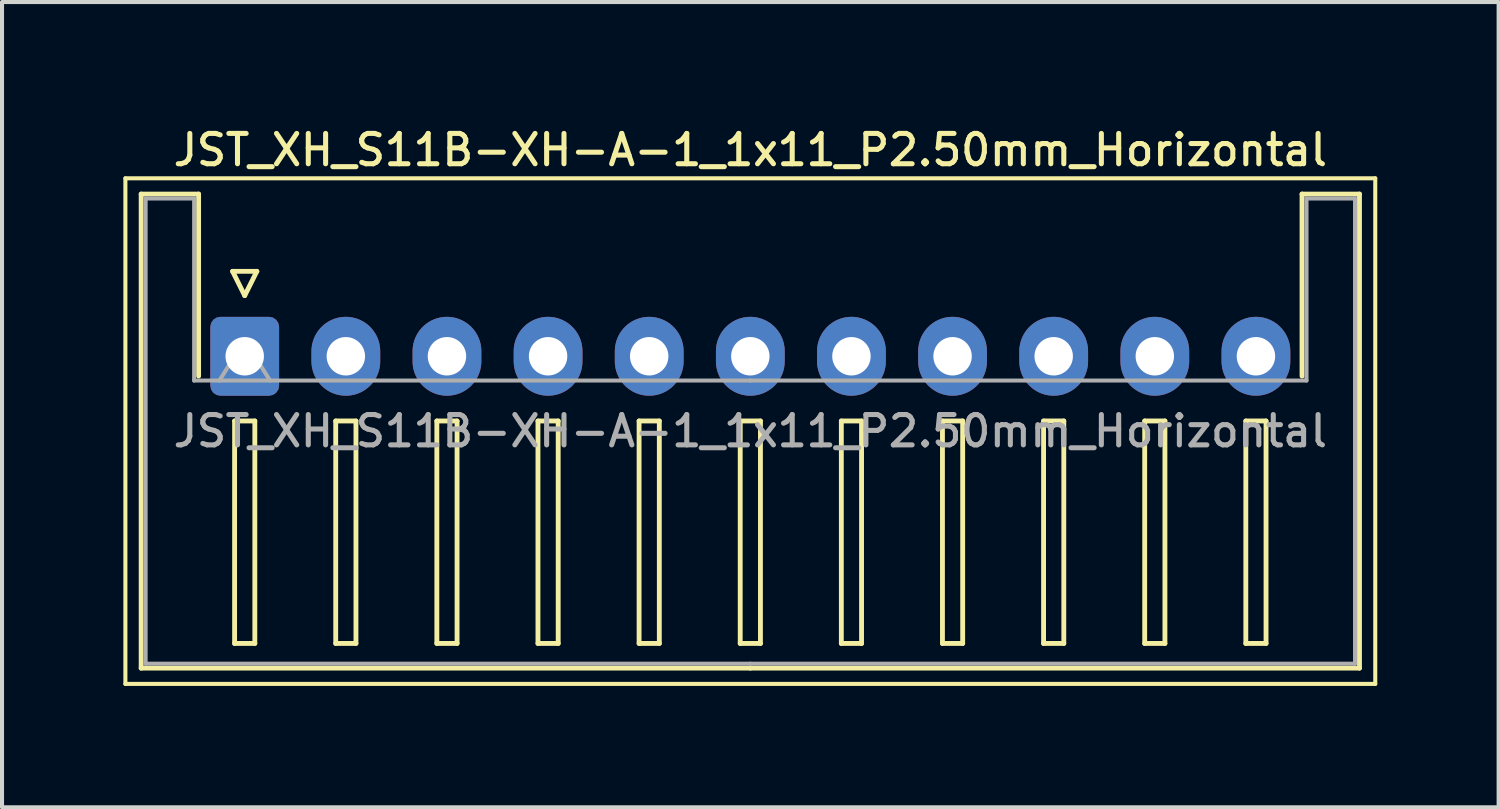
<source format=kicad_pcb>
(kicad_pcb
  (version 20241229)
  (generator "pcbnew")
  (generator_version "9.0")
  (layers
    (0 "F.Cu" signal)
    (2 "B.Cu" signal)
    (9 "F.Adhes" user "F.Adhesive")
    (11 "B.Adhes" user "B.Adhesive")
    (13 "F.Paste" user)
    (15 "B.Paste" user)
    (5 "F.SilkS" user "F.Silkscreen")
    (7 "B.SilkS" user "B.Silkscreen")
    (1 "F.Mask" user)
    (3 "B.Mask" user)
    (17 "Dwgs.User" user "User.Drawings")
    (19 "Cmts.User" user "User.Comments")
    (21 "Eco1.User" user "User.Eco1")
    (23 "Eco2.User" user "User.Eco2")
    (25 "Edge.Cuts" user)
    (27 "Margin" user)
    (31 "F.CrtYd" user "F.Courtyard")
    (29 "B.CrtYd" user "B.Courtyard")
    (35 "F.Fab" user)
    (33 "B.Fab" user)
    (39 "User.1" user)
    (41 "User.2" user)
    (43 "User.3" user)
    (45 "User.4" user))
  (footprint "JST_XH_S11B-XH-A-1_1x11_P2.50mm_Horizontal"
    (layer "F.Cu")
    (at 3 5.758)
    (property "Reference" "JST_XH_S11B-XH-A-1_1x11_P2.50mm_Horizontal" (at 12.5 -5.1 0) (layer "F.SilkS") (effects (font (size 0.75 0.75) (thickness 0.125))))
    (attr through_hole)
    (fp_line (start -2.95 -4.4) (end -2.95 8.1) (stroke (width 0.1) (type solid)) (layer "F.SilkS"))
    (fp_line (start -2.95 8.1) (end 27.95 8.1) (stroke (width 0.1) (type solid)) (layer "F.SilkS"))
    (fp_line (start -2.56 -4.01) (end -1.14 -4.01) (stroke (width 0.12) (type solid)) (layer "F.SilkS"))
    (fp_line (start -2.56 7.71) (end -2.56 -4.01) (stroke (width 0.12) (type solid)) (layer "F.SilkS"))
    (fp_line (start -1.14 -4.01) (end -1.14 0.49) (stroke (width 0.12) (type solid)) (layer "F.SilkS"))
    (fp_line (start -0.3 -2.1) (end 0.3 -2.1) (stroke (width 0.12) (type solid)) (layer "F.SilkS"))
    (fp_line (start -0.25 1.6) (end -0.25 7.1) (stroke (width 0.12) (type solid)) (layer "F.SilkS"))
    (fp_line (start -0.25 7.1) (end 0.25 7.1) (stroke (width 0.12) (type solid)) (layer "F.SilkS"))
    (fp_line (start 0 -1.5) (end -0.3 -2.1) (stroke (width 0.12) (type solid)) (layer "F.SilkS"))
    (fp_line (start 0.25 1.6) (end -0.25 1.6) (stroke (width 0.12) (type solid)) (layer "F.SilkS"))
    (fp_line (start 0.25 7.1) (end 0.25 1.6) (stroke (width 0.12) (type solid)) (layer "F.SilkS"))
    (fp_line (start 0.3 -2.1) (end 0 -1.5) (stroke (width 0.12) (type solid)) (layer "F.SilkS"))
    (fp_line (start 2.25 1.6) (end 2.25 7.1) (stroke (width 0.12) (type solid)) (layer "F.SilkS"))
    (fp_line (start 2.25 7.1) (end 2.75 7.1) (stroke (width 0.12) (type solid)) (layer "F.SilkS"))
    (fp_line (start 2.75 1.6) (end 2.25 1.6) (stroke (width 0.12) (type solid)) (layer "F.SilkS"))
    (fp_line (start 2.75 7.1) (end 2.75 1.6) (stroke (width 0.12) (type solid)) (layer "F.SilkS"))
    (fp_line (start 4.75 1.6) (end 4.75 7.1) (stroke (width 0.12) (type solid)) (layer "F.SilkS"))
    (fp_line (start 4.75 7.1) (end 5.25 7.1) (stroke (width 0.12) (type solid)) (layer "F.SilkS"))
    (fp_line (start 5.25 1.6) (end 4.75 1.6) (stroke (width 0.12) (type solid)) (layer "F.SilkS"))
    (fp_line (start 5.25 7.1) (end 5.25 1.6) (stroke (width 0.12) (type solid)) (layer "F.SilkS"))
    (fp_line (start 7.25 1.6) (end 7.25 7.1) (stroke (width 0.12) (type solid)) (layer "F.SilkS"))
    (fp_line (start 7.25 7.1) (end 7.75 7.1) (stroke (width 0.12) (type solid)) (layer "F.SilkS"))
    (fp_line (start 7.75 1.6) (end 7.25 1.6) (stroke (width 0.12) (type solid)) (layer "F.SilkS"))
    (fp_line (start 7.75 7.1) (end 7.75 1.6) (stroke (width 0.12) (type solid)) (layer "F.SilkS"))
    (fp_line (start 9.75 1.6) (end 9.75 7.1) (stroke (width 0.12) (type solid)) (layer "F.SilkS"))
    (fp_line (start 9.75 7.1) (end 10.25 7.1) (stroke (width 0.12) (type solid)) (layer "F.SilkS"))
    (fp_line (start 10.25 1.6) (end 9.75 1.6) (stroke (width 0.12) (type solid)) (layer "F.SilkS"))
    (fp_line (start 10.25 7.1) (end 10.25 1.6) (stroke (width 0.12) (type solid)) (layer "F.SilkS"))
    (fp_line (start 12.25 1.6) (end 12.25 7.1) (stroke (width 0.12) (type solid)) (layer "F.SilkS"))
    (fp_line (start 12.25 7.1) (end 12.75 7.1) (stroke (width 0.12) (type solid)) (layer "F.SilkS"))
    (fp_line (start 12.5 7.71) (end -2.56 7.71) (stroke (width 0.12) (type solid)) (layer "F.SilkS"))
    (fp_line (start 12.5 7.71) (end 27.56 7.71) (stroke (width 0.12) (type solid)) (layer "F.SilkS"))
    (fp_line (start 12.75 1.6) (end 12.25 1.6) (stroke (width 0.12) (type solid)) (layer "F.SilkS"))
    (fp_line (start 12.75 7.1) (end 12.75 1.6) (stroke (width 0.12) (type solid)) (layer "F.SilkS"))
    (fp_line (start 14.75 1.6) (end 14.75 7.1) (stroke (width 0.12) (type solid)) (layer "F.SilkS"))
    (fp_line (start 14.75 7.1) (end 15.25 7.1) (stroke (width 0.12) (type solid)) (layer "F.SilkS"))
    (fp_line (start 15.25 1.6) (end 14.75 1.6) (stroke (width 0.12) (type solid)) (layer "F.SilkS"))
    (fp_line (start 15.25 7.1) (end 15.25 1.6) (stroke (width 0.12) (type solid)) (layer "F.SilkS"))
    (fp_line (start 17.25 1.6) (end 17.25 7.1) (stroke (width 0.12) (type solid)) (layer "F.SilkS"))
    (fp_line (start 17.25 7.1) (end 17.75 7.1) (stroke (width 0.12) (type solid)) (layer "F.SilkS"))
    (fp_line (start 17.75 1.6) (end 17.25 1.6) (stroke (width 0.12) (type solid)) (layer "F.SilkS"))
    (fp_line (start 17.75 7.1) (end 17.75 1.6) (stroke (width 0.12) (type solid)) (layer "F.SilkS"))
    (fp_line (start 19.75 1.6) (end 19.75 7.1) (stroke (width 0.12) (type solid)) (layer "F.SilkS"))
    (fp_line (start 19.75 7.1) (end 20.25 7.1) (stroke (width 0.12) (type solid)) (layer "F.SilkS"))
    (fp_line (start 20.25 1.6) (end 19.75 1.6) (stroke (width 0.12) (type solid)) (layer "F.SilkS"))
    (fp_line (start 20.25 7.1) (end 20.25 1.6) (stroke (width 0.12) (type solid)) (layer "F.SilkS"))
    (fp_line (start 22.25 1.6) (end 22.25 7.1) (stroke (width 0.12) (type solid)) (layer "F.SilkS"))
    (fp_line (start 22.25 7.1) (end 22.75 7.1) (stroke (width 0.12) (type solid)) (layer "F.SilkS"))
    (fp_line (start 22.75 1.6) (end 22.25 1.6) (stroke (width 0.12) (type solid)) (layer "F.SilkS"))
    (fp_line (start 22.75 7.1) (end 22.75 1.6) (stroke (width 0.12) (type solid)) (layer "F.SilkS"))
    (fp_line (start 24.75 1.6) (end 24.75 7.1) (stroke (width 0.12) (type solid)) (layer "F.SilkS"))
    (fp_line (start 24.75 7.1) (end 25.25 7.1) (stroke (width 0.12) (type solid)) (layer "F.SilkS"))
    (fp_line (start 25.25 1.6) (end 24.75 1.6) (stroke (width 0.12) (type solid)) (layer "F.SilkS"))
    (fp_line (start 25.25 7.1) (end 25.25 1.6) (stroke (width 0.12) (type solid)) (layer "F.SilkS"))
    (fp_line (start 26.14 -4.01) (end 26.14 0.49) (stroke (width 0.12) (type solid)) (layer "F.SilkS"))
    (fp_line (start 27.56 -4.01) (end 26.14 -4.01) (stroke (width 0.12) (type solid)) (layer "F.SilkS"))
    (fp_line (start 27.56 7.71) (end 27.56 -4.01) (stroke (width 0.12) (type solid)) (layer "F.SilkS"))
    (fp_line (start 27.95 -4.4) (end -2.95 -4.4) (stroke (width 0.1) (type solid)) (layer "F.SilkS"))
    (fp_line (start 27.95 8.1) (end 27.95 -4.4) (stroke (width 0.1) (type solid)) (layer "F.SilkS"))
    (fp_line (start -2.45 -3.9) (end -1.25 -3.9) (stroke (width 0.1) (type solid)) (layer "F.Fab"))
    (fp_line (start -2.45 7.6) (end -2.45 -3.9) (stroke (width 0.1) (type solid)) (layer "F.Fab"))
    (fp_line (start -1.25 -3.9) (end -1.25 0.6) (stroke (width 0.1) (type solid)) (layer "F.Fab"))
    (fp_line (start -1.25 0.6) (end 12.5 0.6) (stroke (width 0.1) (type solid)) (layer "F.Fab"))
    (fp_line (start -0.625 0.6) (end 0 -0.4) (stroke (width 0.1) (type solid)) (layer "F.Fab"))
    (fp_line (start 0 -0.4) (end 0.625 0.6) (stroke (width 0.1) (type solid)) (layer "F.Fab"))
    (fp_line (start 12.5 7.6) (end -2.45 7.6) (stroke (width 0.1) (type solid)) (layer "F.Fab"))
    (fp_line (start 12.5 7.6) (end 27.45 7.6) (stroke (width 0.1) (type solid)) (layer "F.Fab"))
    (fp_line (start 26.25 -3.9) (end 26.25 0.6) (stroke (width 0.1) (type solid)) (layer "F.Fab"))
    (fp_line (start 26.25 0.6) (end 12.5 0.6) (stroke (width 0.1) (type solid)) (layer "F.Fab"))
    (fp_line (start 27.45 -3.9) (end 26.25 -3.9) (stroke (width 0.1) (type solid)) (layer "F.Fab"))
    (fp_line (start 27.45 7.6) (end 27.45 -3.9) (stroke (width 0.1) (type solid)) (layer "F.Fab"))
    (fp_text user "${REFERENCE}" (at 12.5 1.85 0) (layer "F.Fab") (effects (font (size 0.75 0.75) (thickness 0.125))))
    (pad "1" thru_hole roundrect (at 0 0) (size 1.7 1.95) (drill 0.95) (layers "*.Cu" "*.Mask") (roundrect_rratio 0.147))
    (pad "2" thru_hole oval (at 2.5 0) (size 1.7 1.95) (drill 0.95) (layers "*.Cu" "*.Mask"))
    (pad "3" thru_hole oval (at 5 0) (size 1.7 1.95) (drill 0.95) (layers "*.Cu" "*.Mask"))
    (pad "4" thru_hole oval (at 7.5 0) (size 1.7 1.95) (drill 0.95) (layers "*.Cu" "*.Mask"))
    (pad "5" thru_hole oval (at 10 0) (size 1.7 1.95) (drill 0.95) (layers "*.Cu" "*.Mask"))
    (pad "6" thru_hole oval (at 12.5 0) (size 1.7 1.95) (drill 0.95) (layers "*.Cu" "*.Mask"))
    (pad "7" thru_hole oval (at 15 0) (size 1.7 1.95) (drill 0.95) (layers "*.Cu" "*.Mask"))
    (pad "8" thru_hole oval (at 17.5 0) (size 1.7 1.95) (drill 0.95) (layers "*.Cu" "*.Mask"))
    (pad "9" thru_hole oval (at 20 0) (size 1.7 1.95) (drill 0.95) (layers "*.Cu" "*.Mask"))
    (pad "10" thru_hole oval (at 22.5 0) (size 1.7 1.95) (drill 0.95) (layers "*.Cu" "*.Mask"))
    (pad "11" thru_hole oval (at 25 0) (size 1.7 1.95) (drill 0.95) (layers "*.Cu" "*.Mask")))
  (gr_rect
    (start -3 -3)
    (end 34 16.908)
    (stroke (width 0.1) (type default))
    (fill no)
    (layer "Edge.Cuts")))
</source>
